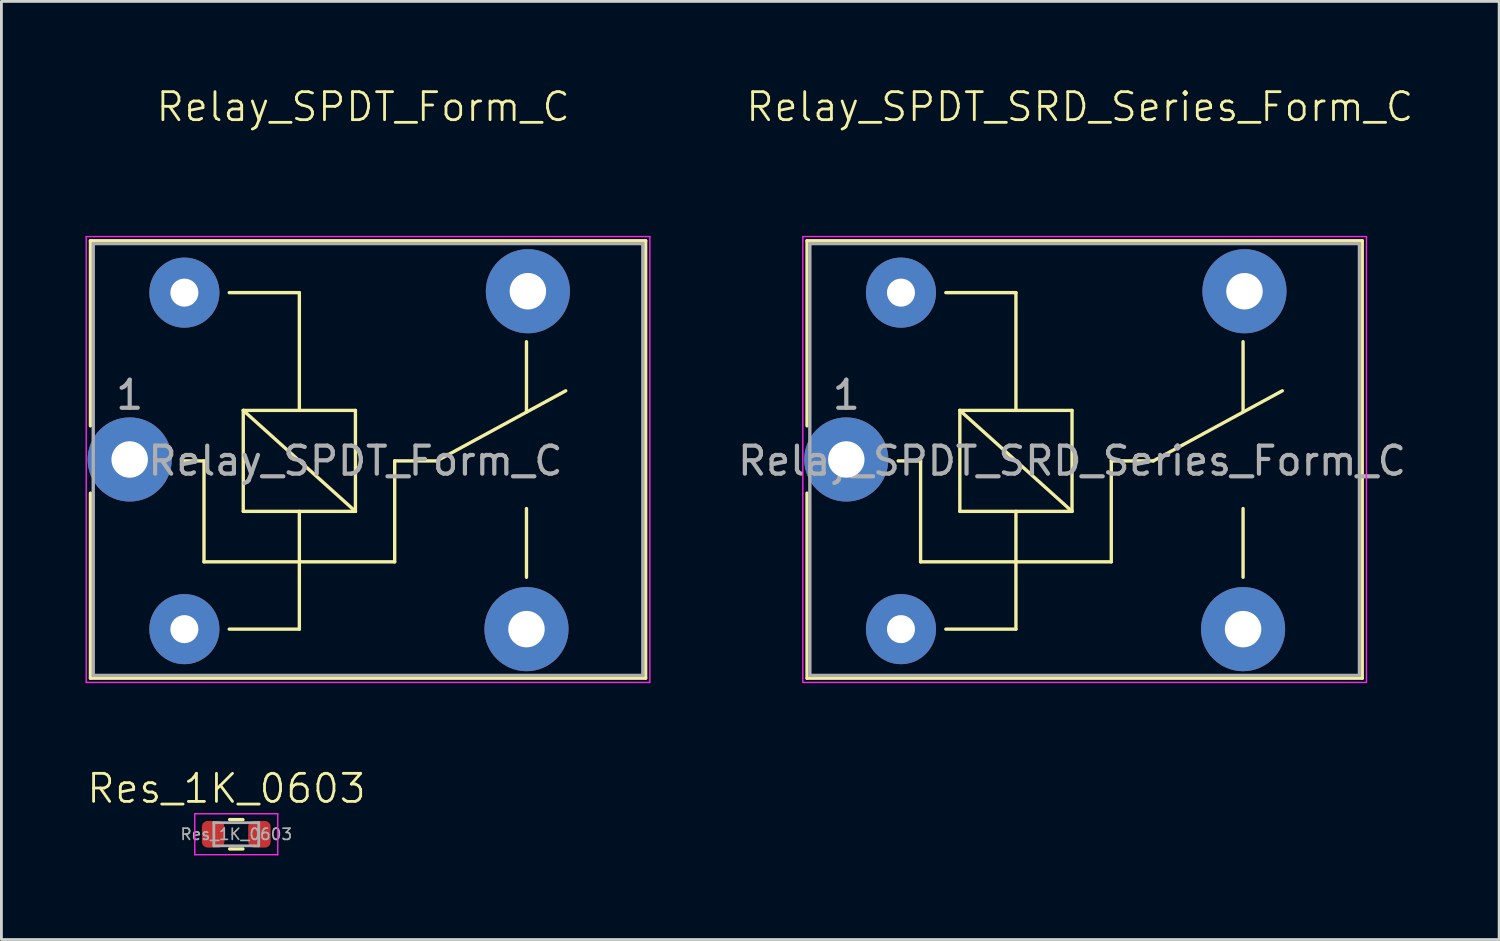
<source format=kicad_pcb>
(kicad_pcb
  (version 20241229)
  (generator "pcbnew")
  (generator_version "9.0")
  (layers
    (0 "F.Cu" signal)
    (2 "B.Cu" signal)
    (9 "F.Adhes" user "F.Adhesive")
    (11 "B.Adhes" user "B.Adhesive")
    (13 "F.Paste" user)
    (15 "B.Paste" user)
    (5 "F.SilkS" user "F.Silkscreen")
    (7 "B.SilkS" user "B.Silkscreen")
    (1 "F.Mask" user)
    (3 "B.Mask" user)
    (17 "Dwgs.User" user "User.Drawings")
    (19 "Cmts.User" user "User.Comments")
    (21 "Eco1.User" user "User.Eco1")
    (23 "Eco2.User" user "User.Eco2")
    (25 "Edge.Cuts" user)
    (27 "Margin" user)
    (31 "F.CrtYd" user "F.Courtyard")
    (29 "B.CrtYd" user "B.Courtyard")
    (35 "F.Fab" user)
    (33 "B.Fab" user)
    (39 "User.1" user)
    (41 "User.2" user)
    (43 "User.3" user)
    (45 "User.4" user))
  (footprint "Relay_SPDT_Form_C"
    (layer "F.Cu")
    (at 9.953 13.691)
    (property "Reference" "Relay_SPDT_Form_C" (at -0.051 -12.93 0) (unlocked yes) (layer "F.SilkS") (effects (font (size 1 1) (thickness 0.1))))
    (attr smd)
    (fp_line (start -9.778 -8.155) (end -9.778 -1.555) (stroke (width 0.12) (type solid)) (layer "F.SilkS"))
    (fp_line (start -9.778 -8.155) (end 10.022 -8.155) (stroke (width 0.12) (type solid)) (layer "F.SilkS"))
    (fp_line (start -9.778 0.845) (end -9.778 7.445) (stroke (width 0.12) (type solid)) (layer "F.SilkS"))
    (fp_line (start -5.728 -0.305) (end -6.528 -0.305) (stroke (width 0.12) (type solid)) (layer "F.SilkS"))
    (fp_line (start -5.728 -0.305) (end -5.728 3.295) (stroke (width 0.12) (type solid)) (layer "F.SilkS"))
    (fp_line (start -4.828 5.695) (end -2.328 5.695) (stroke (width 0.12) (type solid)) (layer "F.SilkS"))
    (fp_line (start -4.328 -2.105) (end -0.328 -2.105) (stroke (width 0.12) (type solid)) (layer "F.SilkS"))
    (fp_line (start -4.328 1.495) (end -4.328 -2.105) (stroke (width 0.12) (type solid)) (layer "F.SilkS"))
    (fp_line (start -2.328 -6.305) (end -4.828 -6.305) (stroke (width 0.12) (type solid)) (layer "F.SilkS"))
    (fp_line (start -2.328 -6.305) (end -2.328 -2.105) (stroke (width 0.12) (type solid)) (layer "F.SilkS"))
    (fp_line (start -2.328 1.495) (end -2.328 5.695) (stroke (width 0.12) (type solid)) (layer "F.SilkS"))
    (fp_line (start -0.328 -2.105) (end -0.328 1.495) (stroke (width 0.12) (type solid)) (layer "F.SilkS"))
    (fp_line (start -0.328 1.495) (end -4.328 -2.105) (stroke (width 0.12) (type solid)) (layer "F.SilkS"))
    (fp_line (start -0.328 1.495) (end -4.328 1.495) (stroke (width 0.12) (type solid)) (layer "F.SilkS"))
    (fp_line (start 1.072 -0.305) (end 1.072 3.295) (stroke (width 0.12) (type solid)) (layer "F.SilkS"))
    (fp_line (start 1.072 -0.305) (end 2.572 -0.305) (stroke (width 0.12) (type solid)) (layer "F.SilkS"))
    (fp_line (start 1.072 3.295) (end -5.728 3.295) (stroke (width 0.12) (type solid)) (layer "F.SilkS"))
    (fp_line (start 2.572 -0.305) (end 7.172 -2.805) (stroke (width 0.12) (type solid)) (layer "F.SilkS"))
    (fp_line (start 5.772 -4.555) (end 5.772 -2.055) (stroke (width 0.12) (type solid)) (layer "F.SilkS"))
    (fp_line (start 5.772 3.845) (end 5.772 1.395) (stroke (width 0.12) (type solid)) (layer "F.SilkS"))
    (fp_line (start 10.022 -8.155) (end 10.022 7.445) (stroke (width 0.12) (type solid)) (layer "F.SilkS"))
    (fp_line (start 10.022 7.445) (end -9.778 7.445) (stroke (width 0.12) (type solid)) (layer "F.SilkS"))
    (fp_line (start -9.928 7.595) (end -9.928 -8.305) (stroke (width 0.05) (type solid)) (layer "F.CrtYd"))
    (fp_line (start -9.928 7.595) (end 10.172 7.595) (stroke (width 0.05) (type solid)) (layer "F.CrtYd"))
    (fp_line (start 10.172 -8.305) (end -9.928 -8.305) (stroke (width 0.05) (type solid)) (layer "F.CrtYd"))
    (fp_line (start 10.172 -8.305) (end 10.172 7.595) (stroke (width 0.05) (type solid)) (layer "F.CrtYd"))
    (fp_line (start -9.678 -8.055) (end 9.922 -8.055) (stroke (width 0.12) (type solid)) (layer "F.Fab"))
    (fp_line (start -9.678 7.345) (end -9.678 -8.055) (stroke (width 0.12) (type solid)) (layer "F.Fab"))
    (fp_line (start 9.922 -8.055) (end 9.922 7.345) (stroke (width 0.12) (type solid)) (layer "F.Fab"))
    (fp_line (start 9.922 7.345) (end -9.678 7.345) (stroke (width 0.12) (type solid)) (layer "F.Fab"))
    (fp_text user "${REFERENCE}" (at -0.328 -0.305 0) (unlocked yes) (layer "F.Fab") (effects (font (size 1 1) (thickness 0.15))))
    (fp_text user "1" (at -8.378 -2.655 0) (layer "F.Fab") (effects (font (size 1 1) (thickness 0.15))))
    (pad "1" thru_hole circle (at -8.378 -0.355 90) (size 3 3) (drill 1.3) (layers "*.Cu" "*.Mask"))
    (pad "2" thru_hole circle (at -6.428 5.695 90) (size 2.5 2.5) (drill 1) (layers "*.Cu" "*.Mask"))
    (pad "3" thru_hole circle (at 5.772 5.695 90) (size 3 3) (drill 1.3) (layers "*.Cu" "*.Mask"))
    (pad "4" thru_hole circle (at 5.822 -6.355 90) (size 3 3) (drill 1.3) (layers "*.Cu" "*.Mask"))
    (pad "5" thru_hole circle (at -6.428 -6.305 90) (size 2.5 2.5) (drill 1) (layers "*.Cu" "*.Mask")))
  (footprint "Res_1K_0603"
    (layer "F.Cu")
    (at 3.276 26.081)
    (property "Reference" "Res_1K_0603" (at 1.75 -1.01 0) (unlocked yes) (layer "F.SilkS") (effects (font (size 1 1) (thickness 0.1))))
    (attr smd)
    (fp_line (start 1.863 0.098) (end 2.337 0.098) (stroke (width 0.12) (type solid)) (layer "F.SilkS"))
    (fp_line (start 1.863 1.143) (end 2.337 1.143) (stroke (width 0.12) (type solid)) (layer "F.SilkS"))
    (fp_line (start 0.62 -0.11) (end 3.58 -0.11) (stroke (width 0.05) (type solid)) (layer "F.CrtYd"))
    (fp_line (start 0.62 1.35) (end 0.62 -0.11) (stroke (width 0.05) (type solid)) (layer "F.CrtYd"))
    (fp_line (start 3.58 -0.11) (end 3.58 1.35) (stroke (width 0.05) (type solid)) (layer "F.CrtYd"))
    (fp_line (start 3.58 1.35) (end 0.62 1.35) (stroke (width 0.05) (type solid)) (layer "F.CrtYd"))
    (fp_line (start 1.3 0.207) (end 2.9 0.207) (stroke (width 0.1) (type solid)) (layer "F.Fab"))
    (fp_line (start 1.3 1.032) (end 1.3 0.207) (stroke (width 0.1) (type solid)) (layer "F.Fab"))
    (fp_line (start 2.9 0.207) (end 2.9 1.032) (stroke (width 0.1) (type solid)) (layer "F.Fab"))
    (fp_line (start 2.9 1.032) (end 1.3 1.032) (stroke (width 0.1) (type solid)) (layer "F.Fab"))
    (fp_text user "${REFERENCE}" (at 2.1 0.62 0) (layer "F.Fab") (effects (font (size 0.4 0.4) (thickness 0.06))))
    (pad "1" smd roundrect (at 1.275 0.62) (size 0.8 0.95) (layers "F.Cu" "F.Mask" "F.Paste") (roundrect_rratio 0.25))
    (pad "2" smd roundrect (at 2.925 0.62) (size 0.8 0.95) (layers "F.Cu" "F.Mask" "F.Paste") (roundrect_rratio 0.25)))
  (footprint "Relay_SPDT_SRD_Series_Form_C"
    (layer "F.Cu")
    (at 35.508 13.691)
    (property "Reference" "Relay_SPDT_SRD_Series_Form_C" (at -0.051 -12.93 0) (unlocked yes) (layer "F.SilkS") (effects (font (size 1 1) (thickness 0.1))))
    (attr smd)
    (fp_line (start -9.778 -8.155) (end -9.778 -1.555) (stroke (width 0.12) (type solid)) (layer "F.SilkS"))
    (fp_line (start -9.778 -8.155) (end 10.022 -8.155) (stroke (width 0.12) (type solid)) (layer "F.SilkS"))
    (fp_line (start -9.778 0.845) (end -9.778 7.445) (stroke (width 0.12) (type solid)) (layer "F.SilkS"))
    (fp_line (start -5.728 -0.305) (end -6.528 -0.305) (stroke (width 0.12) (type solid)) (layer "F.SilkS"))
    (fp_line (start -5.728 -0.305) (end -5.728 3.295) (stroke (width 0.12) (type solid)) (layer "F.SilkS"))
    (fp_line (start -4.828 5.695) (end -2.328 5.695) (stroke (width 0.12) (type solid)) (layer "F.SilkS"))
    (fp_line (start -4.328 -2.105) (end -0.328 -2.105) (stroke (width 0.12) (type solid)) (layer "F.SilkS"))
    (fp_line (start -4.328 1.495) (end -4.328 -2.105) (stroke (width 0.12) (type solid)) (layer "F.SilkS"))
    (fp_line (start -2.328 -6.305) (end -4.828 -6.305) (stroke (width 0.12) (type solid)) (layer "F.SilkS"))
    (fp_line (start -2.328 -6.305) (end -2.328 -2.105) (stroke (width 0.12) (type solid)) (layer "F.SilkS"))
    (fp_line (start -2.328 1.495) (end -2.328 5.695) (stroke (width 0.12) (type solid)) (layer "F.SilkS"))
    (fp_line (start -0.328 -2.105) (end -0.328 1.495) (stroke (width 0.12) (type solid)) (layer "F.SilkS"))
    (fp_line (start -0.328 1.495) (end -4.328 -2.105) (stroke (width 0.12) (type solid)) (layer "F.SilkS"))
    (fp_line (start -0.328 1.495) (end -4.328 1.495) (stroke (width 0.12) (type solid)) (layer "F.SilkS"))
    (fp_line (start 1.072 -0.305) (end 1.072 3.295) (stroke (width 0.12) (type solid)) (layer "F.SilkS"))
    (fp_line (start 1.072 -0.305) (end 2.572 -0.305) (stroke (width 0.12) (type solid)) (layer "F.SilkS"))
    (fp_line (start 1.072 3.295) (end -5.728 3.295) (stroke (width 0.12) (type solid)) (layer "F.SilkS"))
    (fp_line (start 2.572 -0.305) (end 7.172 -2.805) (stroke (width 0.12) (type solid)) (layer "F.SilkS"))
    (fp_line (start 5.772 -4.555) (end 5.772 -2.055) (stroke (width 0.12) (type solid)) (layer "F.SilkS"))
    (fp_line (start 5.772 3.845) (end 5.772 1.395) (stroke (width 0.12) (type solid)) (layer "F.SilkS"))
    (fp_line (start 10.022 -8.155) (end 10.022 7.445) (stroke (width 0.12) (type solid)) (layer "F.SilkS"))
    (fp_line (start 10.022 7.445) (end -9.778 7.445) (stroke (width 0.12) (type solid)) (layer "F.SilkS"))
    (fp_line (start -9.928 7.595) (end -9.928 -8.305) (stroke (width 0.05) (type solid)) (layer "F.CrtYd"))
    (fp_line (start -9.928 7.595) (end 10.172 7.595) (stroke (width 0.05) (type solid)) (layer "F.CrtYd"))
    (fp_line (start 10.172 -8.305) (end -9.928 -8.305) (stroke (width 0.05) (type solid)) (layer "F.CrtYd"))
    (fp_line (start 10.172 -8.305) (end 10.172 7.595) (stroke (width 0.05) (type solid)) (layer "F.CrtYd"))
    (fp_line (start -9.678 -8.055) (end 9.922 -8.055) (stroke (width 0.12) (type solid)) (layer "F.Fab"))
    (fp_line (start -9.678 7.345) (end -9.678 -8.055) (stroke (width 0.12) (type solid)) (layer "F.Fab"))
    (fp_line (start 9.922 -8.055) (end 9.922 7.345) (stroke (width 0.12) (type solid)) (layer "F.Fab"))
    (fp_line (start 9.922 7.345) (end -9.678 7.345) (stroke (width 0.12) (type solid)) (layer "F.Fab"))
    (fp_text user "1" (at -8.378 -2.655 0) (layer "F.Fab") (effects (font (size 1 1) (thickness 0.15))))
    (fp_text user "${REFERENCE}" (at -0.328 -0.305 0) (unlocked yes) (layer "F.Fab") (effects (font (size 1 1) (thickness 0.15))))
    (pad "1" thru_hole circle (at -8.378 -0.355 90) (size 3 3) (drill 1.3) (layers "*.Cu" "*.Mask"))
    (pad "2" thru_hole circle (at -6.428 5.695 90) (size 2.5 2.5) (drill 1) (layers "*.Cu" "*.Mask"))
    (pad "3" thru_hole circle (at 5.772 5.695 90) (size 3 3) (drill 1.3) (layers "*.Cu" "*.Mask"))
    (pad "4" thru_hole circle (at 5.822 -6.355 90) (size 3 3) (drill 1.3) (layers "*.Cu" "*.Mask"))
    (pad "5" thru_hole circle (at -6.428 -6.305 90) (size 2.5 2.5) (drill 1) (layers "*.Cu" "*.Mask")))
  (gr_rect
    (start -3 -3)
    (end 50.412 30.456)
    (stroke (width 0.1) (type default))
    (fill no)
    (layer "Edge.Cuts")))
</source>
